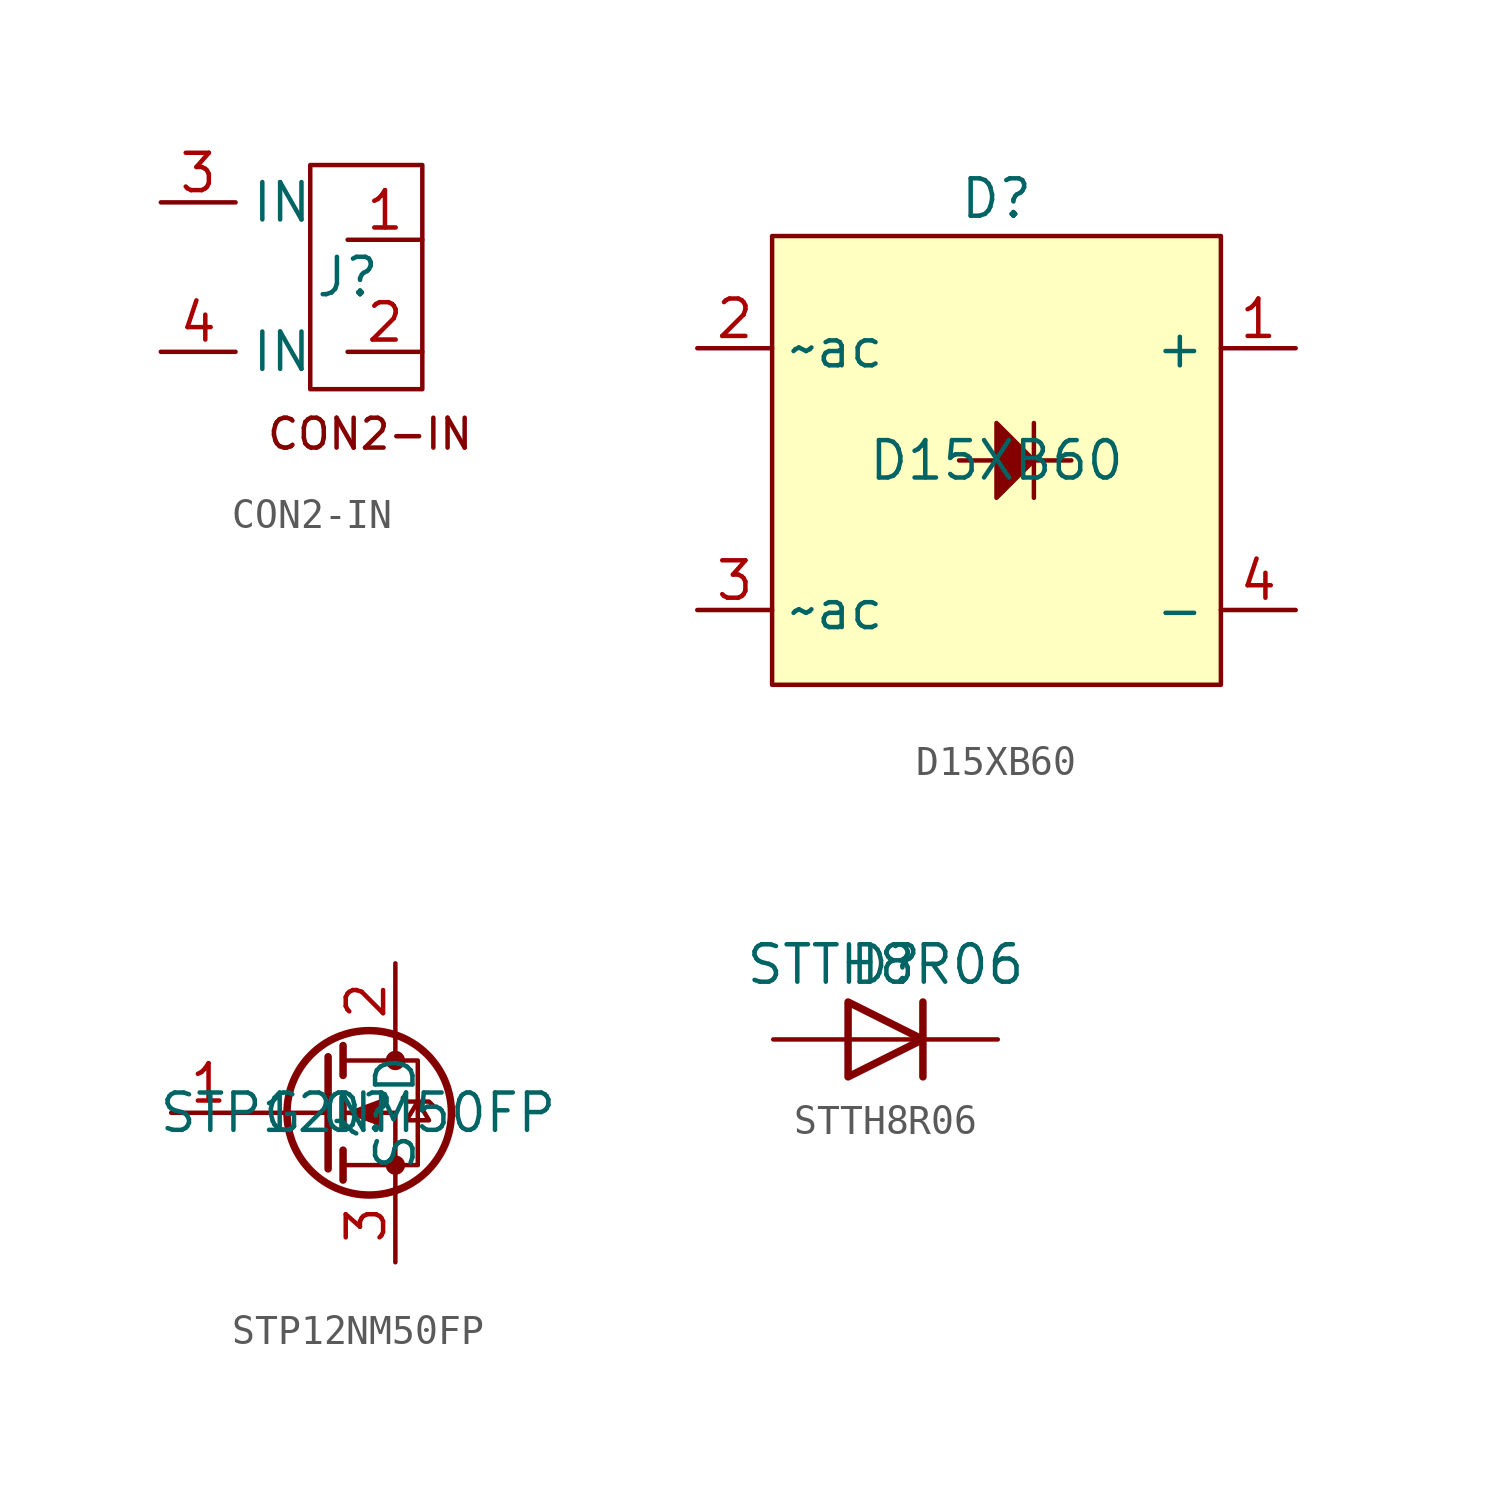
<source format=kicad_sym>
(kicad_symbol_lib
  (version 20231120)
  (generator "kicad_symbol_editor")
  (generator_version "8.0")
  (symbol "CON2-IN"
    (property "Reference" "J"
      (at 0 0 0)
      (effects (font (size 1.27 1.27))))
    (property "Value" ""
      (at 0 0 0)
      (effects (font (size 1.27 1.27))))
    (symbol "CON2-IN_0_1"
      (rectangle (start -1.27 3.81) (end 2.54 -3.81) (stroke (width 0) (type default)) (fill (type none))))
    (symbol "CON2-IN_1_1"
      (text "CON2-IN" (at 0.762 -5.334 0) (effects (font (size 1.016 1.016))))
      (pin bidirectional line (at 2.54 1.27 180) (length 2.54) (name "" (effects (font (size 1.27 1.27)))) (number "1" (effects (font (size 1.27 1.27)))))
      (pin output line (at 2.54 -2.54 180) (length 2.54) (name "" (effects (font (size 1.27 1.27)))) (number "2" (effects (font (size 1.27 1.27)))))
      (pin input line (at -6.35 2.54 0) (length 2.54) (name "IN" (effects (font (size 1.27 1.27)))) (number "3" (effects (font (size 1.27 1.27)))))
      (pin input line (at -6.35 -2.54 0) (length 2.54) (name "IN" (effects (font (size 1.27 1.27)))) (number "4" (effects (font (size 1.27 1.27)))))))
  (symbol "D15XB60"
    (property "Reference" "D"
      (at 0 8.89 0)
      (effects (font (size 1.27 1.27))))
    (property "Value" "D15XB60"
      (at 0 0 0)
      (effects (font (size 1.27 1.27))))
    (symbol "D15XB60_1_1"
      (rectangle (start -7.62 7.62) (end 7.62 -7.62) (stroke (width 0) (type default)) (fill (type background)))
      (polyline (pts (xy 0 0) (xy -1.27 0)) (stroke (width 0) (type default)) (fill (type none)))
      (polyline (pts (xy 0 1.27) (xy 0 -1.27) (xy 1.27 0) (xy 0 1.27)) (stroke (width 0) (type default)) (fill (type color) (color 132 0 0 1)))
      (polyline (pts (xy 1.27 1.27) (xy 1.27 -1.27) (xy 1.27 0) (xy 2.54 0)) (stroke (width 0) (type default)) (fill (type none)))
      (pin bidirectional line (at 10.16 3.81 180) (length 2.54) (name "+" (effects (font (size 1.27 1.27)))) (number "1" (effects (font (size 1.27 1.27)))))
      (pin bidirectional line (at -10.16 3.81 0) (length 2.54) (name "~ac" (effects (font (size 1.27 1.27)))) (number "2" (effects (font (size 1.27 1.27)))))
      (pin bidirectional line (at -10.16 -5.08 0) (length 2.54) (name "~ac" (effects (font (size 1.27 1.27)))) (number "3" (effects (font (size 1.27 1.27)))))
      (pin bidirectional line (at 10.16 -5.08 180) (length 2.54) (name "-" (effects (font (size 1.27 1.27)))) (number "4" (effects (font (size 1.27 1.27)))))))
  (symbol "STP12NM50FP"
    (property "Reference" "Q"
      (at 0 0 0)
      (effects (font (size 1.27 1.27))))
    (property "Value" "STP12NM50FP"
      (at 0 0 0)
      (effects (font (size 1.27 1.27))))
    (symbol "STP12NM50FP_0_1"
      (polyline (pts (xy -1.016 0) (xy -3.81 0)) (stroke (width 0) (type default)) (fill (type none)))
      (polyline (pts (xy -1.016 1.905) (xy -1.016 -1.905)) (stroke (width 0.254) (type default)) (fill (type none)))
      (polyline (pts (xy -0.508 -1.27) (xy -0.508 -2.286)) (stroke (width 0.254) (type default)) (fill (type none)))
      (polyline (pts (xy -0.508 0.508) (xy -0.508 -0.508)) (stroke (width 0.254) (type default)) (fill (type none)))
      (polyline (pts (xy -0.508 2.286) (xy -0.508 1.27)) (stroke (width 0.254) (type default)) (fill (type none)))
      (polyline (pts (xy 1.27 2.54) (xy 1.27 1.778)) (stroke (width 0) (type default)) (fill (type none)))
      (polyline (pts (xy 1.27 -2.54) (xy 1.27 0) (xy -0.508 0)) (stroke (width 0) (type default)) (fill (type none)))
      (polyline (pts (xy -0.508 -1.778) (xy 2.032 -1.778) (xy 2.032 1.778) (xy -0.508 1.778)) (stroke (width 0) (type default)) (fill (type none)))
      (polyline (pts (xy -0.254 0) (xy 0.762 0.381) (xy 0.762 -0.381) (xy -0.254 0)) (stroke (width 0) (type default)) (fill (type outline)))
      (polyline (pts (xy 1.524 0.508) (xy 1.651 0.381) (xy 2.413 0.381) (xy 2.54 0.254)) (stroke (width 0) (type default)) (fill (type none)))
      (polyline (pts (xy 2.032 0.381) (xy 1.651 -0.254) (xy 2.413 -0.254) (xy 2.032 0.381)) (stroke (width 0) (type default)) (fill (type none)))
      (circle (center 0.381 0) (radius 2.794) (stroke (width 0.254) (type default)) (fill (type none)))
      (circle (center 1.27 -1.778) (radius 0.254) (stroke (width 0) (type default)) (fill (type outline)))
      (circle (center 1.27 1.778) (radius 0.254) (stroke (width 0) (type default)) (fill (type outline))))
    (symbol "STP12NM50FP_1_1"
      (pin input line (at -6.35 0 0) (length 2.54) (name "G" (effects (font (size 1.27 1.27)))) (number "1" (effects (font (size 1.27 1.27)))))
      (pin passive line (at 1.27 5.08 270) (length 2.54) (name "D" (effects (font (size 1.27 1.27)))) (number "2" (effects (font (size 1.27 1.27)))))
      (pin passive line (at 1.27 -5.08 90) (length 2.54) (name "S" (effects (font (size 1.27 1.27)))) (number "3" (effects (font (size 1.27 1.27)))))))
  (symbol "STTH8R06"
    (pin_numbers hide)
    (pin_names hide)
    (property "Reference" "D"
      (at 0 0 0)
      (effects (font (size 1.27 1.27))))
    (property "Value" "STTH8R06"
      (at 0 0 0)
      (effects (font (size 1.27 1.27))))
    (symbol "STTH8R06_0_1"
      (polyline (pts (xy -1.27 -2.54) (xy 1.27 -2.54)) (stroke (width 0) (type default)) (fill (type none)))
      (polyline (pts (xy 1.27 -3.81) (xy 1.27 -1.27)) (stroke (width 0.254) (type default)) (fill (type none)))
      (polyline (pts (xy -1.27 -3.81) (xy -1.27 -1.27) (xy 1.27 -2.54) (xy -1.27 -3.81)) (stroke (width 0.254) (type default)) (fill (type none))))
    (symbol "STTH8R06_1_1"
      (pin passive line (at 3.81 -2.54 180) (length 2.54) (name "K" (effects (font (size 1.27 1.27)))) (number "1" (effects (font (size 1.27 1.27)))))
      (pin passive line (at -3.81 -2.54 0) (length 2.54) (name "A" (effects (font (size 1.27 1.27)))) (number "2" (effects (font (size 1.27 1.27))))))))
</source>
